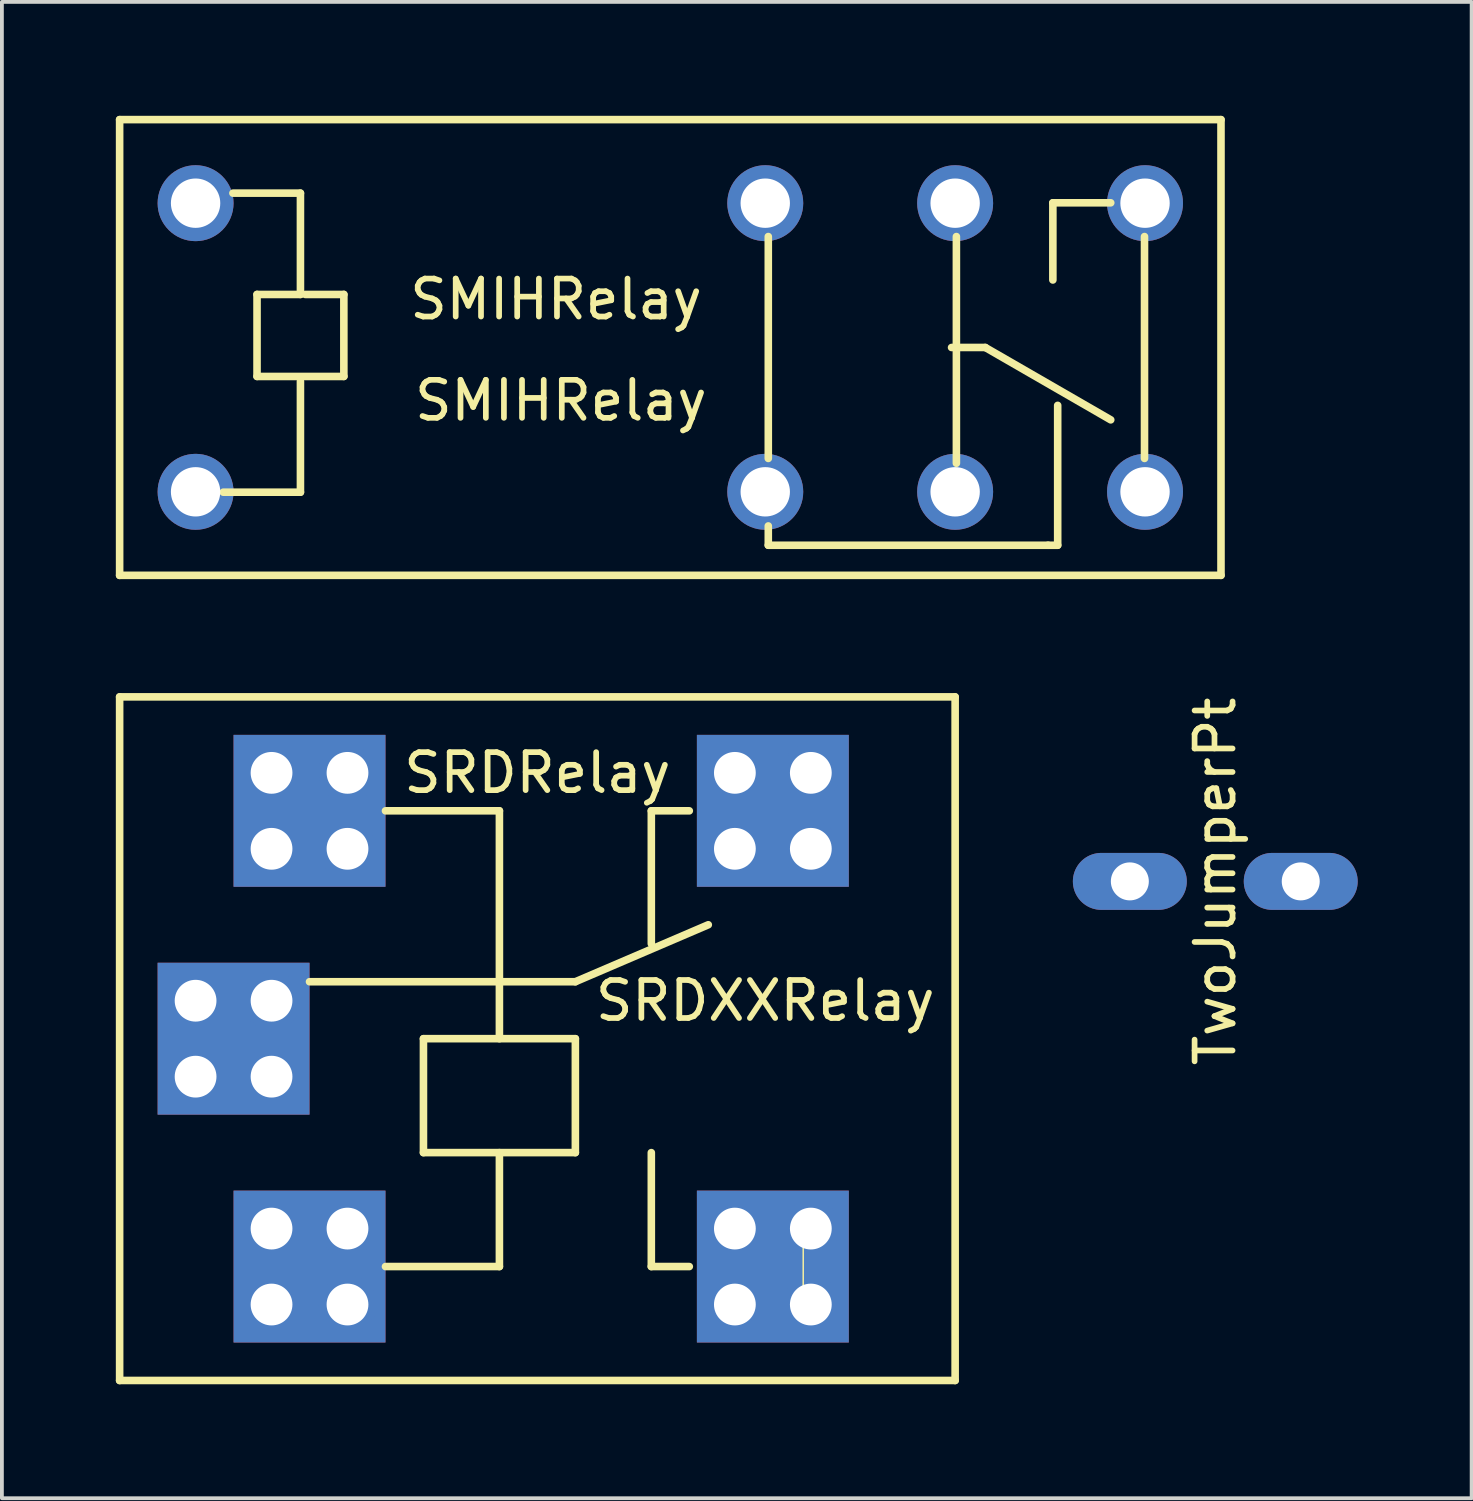
<source format=kicad_pcb>
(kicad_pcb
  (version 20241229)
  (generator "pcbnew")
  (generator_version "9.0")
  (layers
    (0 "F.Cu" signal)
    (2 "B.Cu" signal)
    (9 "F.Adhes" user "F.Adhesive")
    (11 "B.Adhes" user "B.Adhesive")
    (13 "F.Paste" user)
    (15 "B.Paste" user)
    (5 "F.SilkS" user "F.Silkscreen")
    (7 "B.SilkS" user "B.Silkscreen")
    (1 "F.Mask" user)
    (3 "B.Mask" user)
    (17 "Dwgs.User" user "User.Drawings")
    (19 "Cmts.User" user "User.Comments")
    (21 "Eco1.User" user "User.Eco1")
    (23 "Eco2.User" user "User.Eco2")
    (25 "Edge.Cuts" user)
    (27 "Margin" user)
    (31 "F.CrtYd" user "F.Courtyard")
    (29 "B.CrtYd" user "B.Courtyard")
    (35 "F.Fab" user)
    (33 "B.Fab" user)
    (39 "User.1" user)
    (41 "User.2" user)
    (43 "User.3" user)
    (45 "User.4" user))
  (footprint "SRDXXRelay"
    (layer "F.Cu")
    (at 10.1 23.3)
    (property "Reference" "SRDXXRelay" (at 7 0 0) (layer "F.SilkS") (effects (font (size 1 1) (thickness 0.15))))
    (attr through_hole)
    (fp_line (start -10 10) (end -10 -8) (stroke (width 0.2) (type solid)) (layer "F.SilkS"))
    (fp_line (start -5 -0.5) (end 2 -0.5) (stroke (width 0.2) (type solid)) (layer "F.SilkS"))
    (fp_line (start -2 1) (end -2 4) (stroke (width 0.2) (type solid)) (layer "F.SilkS"))
    (fp_line (start -2 4) (end 2 4) (stroke (width 0.2) (type solid)) (layer "F.SilkS"))
    (fp_line (start 0 -5) (end -3 -5) (stroke (width 0.2) (type solid)) (layer "F.SilkS"))
    (fp_line (start 0 1) (end 0 -5) (stroke (width 0.2) (type solid)) (layer "F.SilkS"))
    (fp_line (start 0 4) (end 0 7) (stroke (width 0.2) (type solid)) (layer "F.SilkS"))
    (fp_line (start 0 7) (end -3 7) (stroke (width 0.2) (type solid)) (layer "F.SilkS"))
    (fp_line (start 2 -0.5) (end 5.5 -2) (stroke (width 0.2) (type solid)) (layer "F.SilkS"))
    (fp_line (start 2 1) (end -2 1) (stroke (width 0.2) (type solid)) (layer "F.SilkS"))
    (fp_line (start 2 4) (end 2 1) (stroke (width 0.2) (type solid)) (layer "F.SilkS"))
    (fp_line (start 4 -5) (end 5 -5) (stroke (width 0.2) (type solid)) (layer "F.SilkS"))
    (fp_line (start 4 -1.5) (end 4 -5) (stroke (width 0.2) (type solid)) (layer "F.SilkS"))
    (fp_line (start 4 7) (end 4 4) (stroke (width 0.2) (type solid)) (layer "F.SilkS"))
    (fp_line (start 5 7) (end 4 7) (stroke (width 0.2) (type solid)) (layer "F.SilkS"))
    (fp_line (start 8 6) (end 8 8) (stroke (width 0.04) (type solid)) (layer "F.SilkS"))
    (fp_line (start 12 -8) (end -10 -8) (stroke (width 0.2) (type solid)) (layer "F.SilkS"))
    (fp_line (start 12 10) (end -10 10) (stroke (width 0.2) (type solid)) (layer "F.SilkS"))
    (fp_line (start 12 10) (end 12 -8) (stroke (width 0.2) (type solid)) (layer "F.SilkS"))
    (fp_text user "SRDRelay" (at 1 -6 0) (layer "F.SilkS") (effects (font (size 1 1) (thickness 0.15))))
    (pad "1" thru_hole circle (at -8 0) (size 1.524 1.524) (drill 1.1) (layers "*.Cu" "*.Mask"))
    (pad "1" thru_hole circle (at -8 2) (size 1.524 1.524) (drill 1.1) (layers "*.Cu" "*.Mask"))
    (pad "1" smd rect (at -7 1) (size 4 4) (layers "F.Cu" "F.Mask" "F.Paste"))
    (pad "1" smd rect (at -7 1) (size 4 4) (layers "B.Cu" "B.Mask" "B.Paste"))
    (pad "1" thru_hole circle (at -6 0) (size 1.524 1.524) (drill 1.1) (layers "*.Cu" "*.Mask"))
    (pad "1" thru_hole circle (at -6 2) (size 1.524 1.524) (drill 1.1) (layers "*.Cu" "*.Mask"))
    (pad "2" thru_hole circle (at 6.2 -6) (size 1.524 1.524) (drill 1.1) (layers "*.Cu" "*.Mask"))
    (pad "2" thru_hole circle (at 6.2 -4) (size 1.524 1.524) (drill 1.1) (layers "*.Cu" "*.Mask"))
    (pad "2" smd rect (at 7.2 -5) (size 4 4) (layers "F.Cu" "F.Mask" "F.Paste"))
    (pad "2" smd rect (at 7.2 -5) (size 4 4) (layers "B.Cu" "B.Mask" "B.Paste"))
    (pad "2" thru_hole circle (at 8.2 -6) (size 1.524 1.524) (drill 1.1) (layers "*.Cu" "*.Mask"))
    (pad "2" thru_hole circle (at 8.2 -4) (size 1.524 1.524) (drill 1.1) (layers "*.Cu" "*.Mask"))
    (pad "3" thru_hole circle (at 6.2 6) (size 1.524 1.524) (drill 1.1) (layers "*.Cu" "*.Mask"))
    (pad "3" thru_hole circle (at 6.2 8) (size 1.524 1.524) (drill 1.1) (layers "*.Cu" "*.Mask"))
    (pad "3" smd rect (at 7.2 7) (size 4 4) (layers "F.Cu" "F.Mask" "F.Paste"))
    (pad "3" smd rect (at 7.2 7) (size 4 4) (layers "B.Cu" "B.Mask" "B.Paste"))
    (pad "3" thru_hole circle (at 8.2 6) (size 1.524 1.524) (drill 1.1) (layers "*.Cu" "*.Mask"))
    (pad "3" thru_hole circle (at 8.2 8) (size 1.524 1.524) (drill 1.1) (layers "*.Cu" "*.Mask"))
    (pad "4" thru_hole circle (at -6 -6) (size 1.524 1.524) (drill 1.1) (layers "*.Cu" "*.Mask"))
    (pad "4" thru_hole circle (at -6 -4) (size 1.524 1.524) (drill 1.1) (layers "*.Cu" "*.Mask"))
    (pad "4" smd rect (at -5 -5) (size 4 4) (layers "F.Cu" "F.Mask" "F.Paste"))
    (pad "4" smd rect (at -5 -5) (size 4 4) (layers "B.Cu" "B.Mask" "B.Paste"))
    (pad "4" thru_hole circle (at -4 -6) (size 1.524 1.524) (drill 1.1) (layers "*.Cu" "*.Mask"))
    (pad "4" thru_hole circle (at -4 -4) (size 1.524 1.524) (drill 1.1) (layers "*.Cu" "*.Mask"))
    (pad "5" thru_hole circle (at -6 6) (size 1.524 1.524) (drill 1.1) (layers "*.Cu" "*.Mask"))
    (pad "5" thru_hole circle (at -6 8) (size 1.524 1.524) (drill 1.1) (layers "*.Cu" "*.Mask"))
    (pad "5" smd rect (at -5 7) (size 4 4) (layers "F.Cu" "F.Mask" "F.Paste"))
    (pad "5" smd rect (at -5 7) (size 4 4) (layers "B.Cu" "B.Mask" "B.Paste"))
    (pad "5" thru_hole circle (at -4 6) (size 1.524 1.524) (drill 1.1) (layers "*.Cu" "*.Mask"))
    (pad "5" thru_hole circle (at -4 8) (size 1.524 1.524) (drill 1.1) (layers "*.Cu" "*.Mask")))
  (footprint "SMIHRelay"
    (layer "F.Cu")
    (at 12.1 6.1)
    (property "Reference" "SMIHRelay" (at -0.381 1.397 0) (layer "F.SilkS") (effects (font (size 1 1) (thickness 0.15))))
    (attr through_hole)
    (fp_line (start -12 -6) (end 17 -6) (stroke (width 0.2) (type solid)) (layer "F.SilkS"))
    (fp_line (start -12 6) (end -12 -6) (stroke (width 0.2) (type solid)) (layer "F.SilkS"))
    (fp_line (start -9.017 -4.064) (end -7.239 -4.064) (stroke (width 0.2) (type solid)) (layer "F.SilkS"))
    (fp_line (start -8.382 -1.397) (end -8.382 0.762) (stroke (width 0.2) (type solid)) (layer "F.SilkS"))
    (fp_line (start -8.382 0.762) (end -6.096 0.762) (stroke (width 0.2) (type solid)) (layer "F.SilkS"))
    (fp_line (start -7.239 -4.064) (end -7.239 -1.397) (stroke (width 0.2) (type solid)) (layer "F.SilkS"))
    (fp_line (start -7.239 -1.397) (end -8.382 -1.397) (stroke (width 0.2) (type solid)) (layer "F.SilkS"))
    (fp_line (start -7.239 0.889) (end -7.239 3.81) (stroke (width 0.2) (type solid)) (layer "F.SilkS"))
    (fp_line (start -7.239 3.81) (end -9.271 3.81) (stroke (width 0.2) (type solid)) (layer "F.SilkS"))
    (fp_line (start -6.096 -1.397) (end -7.112 -1.397) (stroke (width 0.2) (type solid)) (layer "F.SilkS"))
    (fp_line (start -6.096 0.762) (end -6.096 -1.397) (stroke (width 0.2) (type solid)) (layer "F.SilkS"))
    (fp_line (start 5.08 -2.921) (end 5.08 2.921) (stroke (width 0.2) (type solid)) (layer "F.SilkS"))
    (fp_line (start 5.08 4.699) (end 5.08 5.207) (stroke (width 0.2) (type solid)) (layer "F.SilkS"))
    (fp_line (start 5.08 5.207) (end 12.446 5.207) (stroke (width 0.2) (type solid)) (layer "F.SilkS"))
    (fp_line (start 9.906 0) (end 10.795 0) (stroke (width 0.2) (type solid)) (layer "F.SilkS"))
    (fp_line (start 10.033 -2.921) (end 10.033 3.048) (stroke (width 0.2) (type solid)) (layer "F.SilkS"))
    (fp_line (start 10.795 0) (end 14.097 1.905) (stroke (width 0.2) (type solid)) (layer "F.SilkS"))
    (fp_line (start 12.446 5.207) (end 12.7 5.207) (stroke (width 0.2) (type solid)) (layer "F.SilkS"))
    (fp_line (start 12.573 -3.81) (end 12.573 -1.778) (stroke (width 0.2) (type solid)) (layer "F.SilkS"))
    (fp_line (start 12.7 5.207) (end 12.7 1.524) (stroke (width 0.2) (type solid)) (layer "F.SilkS"))
    (fp_line (start 14.097 -3.81) (end 12.573 -3.81) (stroke (width 0.2) (type solid)) (layer "F.SilkS"))
    (fp_line (start 14.986 2.921) (end 14.986 -2.921) (stroke (width 0.2) (type solid)) (layer "F.SilkS"))
    (fp_line (start 17 -6) (end 17 6) (stroke (width 0.2) (type solid)) (layer "F.SilkS"))
    (fp_line (start 17 6) (end -12 6) (stroke (width 0.2) (type solid)) (layer "F.SilkS"))
    (fp_text user "SMIHRelay" (at -0.508 -1.27 0) (layer "F.SilkS") (effects (font (size 1 1) (thickness 0.15))))
    (pad "1" thru_hole circle (at 10 -3.8) (size 2 2) (drill 1.3) (layers "*.Cu" "*.Mask"))
    (pad "1" thru_hole circle (at 10 3.8) (size 2 2) (drill 1.3) (layers "*.Cu" "*.Mask"))
    (pad "2" thru_hole circle (at 5 -3.8) (size 2 2) (drill 1.3) (layers "*.Cu" "*.Mask"))
    (pad "2" thru_hole circle (at 5 3.8) (size 2 2) (drill 1.3) (layers "*.Cu" "*.Mask"))
    (pad "3" thru_hole circle (at 15 -3.8) (size 2 2) (drill 1.3) (layers "*.Cu" "*.Mask"))
    (pad "3" thru_hole circle (at 15 3.8) (size 2 2) (drill 1.3) (layers "*.Cu" "*.Mask"))
    (pad "4" thru_hole circle (at -10 -3.8) (size 2 2) (drill 1.3) (layers "*.Cu" "*.Mask"))
    (pad "5" thru_hole circle (at -10 3.8) (size 2 2) (drill 1.3) (layers "*.Cu" "*.Mask")))
  (footprint "TwoJumperPt"
    (layer "F.Cu")
    (at 31.2 20.158)
    (property "Reference" "TwoJumperPt" (at -2.25 0 270) (layer "F.SilkS") (effects (font (size 1 1) (thickness 0.15))))
    (attr through_hole)
    (pad "1" thru_hole oval (at -4.5 0) (size 3 1.5) (drill 1) (layers "*.Cu" "*.Mask"))
    (pad "2" thru_hole oval (at 0 0) (size 3 1.5) (drill 1) (layers "*.Cu" "*.Mask")))
  (gr_rect
    (start -3 -3)
    (end 35.7 36.4)
    (stroke (width 0.1) (type default))
    (fill no)
    (layer "Edge.Cuts")))
</source>
